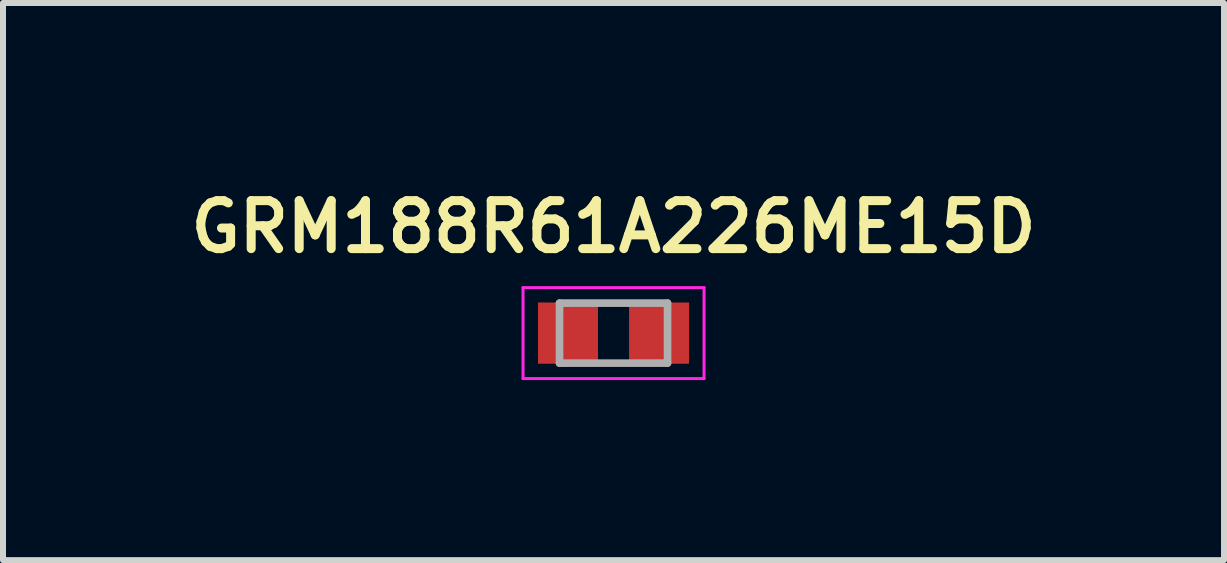
<source format=kicad_pcb>
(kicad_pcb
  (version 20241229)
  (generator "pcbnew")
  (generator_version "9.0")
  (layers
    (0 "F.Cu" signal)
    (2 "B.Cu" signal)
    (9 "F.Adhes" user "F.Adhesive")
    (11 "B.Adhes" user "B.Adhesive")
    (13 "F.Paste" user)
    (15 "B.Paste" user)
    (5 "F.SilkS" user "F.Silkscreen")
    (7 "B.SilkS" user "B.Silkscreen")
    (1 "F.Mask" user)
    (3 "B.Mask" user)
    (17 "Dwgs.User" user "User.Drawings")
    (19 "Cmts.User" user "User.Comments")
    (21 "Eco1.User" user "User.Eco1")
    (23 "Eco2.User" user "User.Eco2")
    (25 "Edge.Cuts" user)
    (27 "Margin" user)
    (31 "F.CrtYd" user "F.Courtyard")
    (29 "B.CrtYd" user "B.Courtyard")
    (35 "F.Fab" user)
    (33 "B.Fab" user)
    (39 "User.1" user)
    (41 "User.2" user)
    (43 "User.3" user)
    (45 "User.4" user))
  (footprint "GRM188R61A226ME15D"
    (layer "F.Cu")
    (at 7.174 2.501)
    (property "Reference" "GRM188R61A226ME15D" (at 0 -1.77 0) (layer "F.SilkS") (effects (font (size 0.8 0.8) (thickness 0.15))))
    (attr smd)
    (fp_line (start -1.508 -0.758) (end 1.508 -0.758) (stroke (width 0.05) (type solid)) (layer "F.CrtYd"))
    (fp_line (start -1.508 0.758) (end -1.508 -0.758) (stroke (width 0.05) (type solid)) (layer "F.CrtYd"))
    (fp_line (start -1.508 0.758) (end 1.508 0.758) (stroke (width 0.05) (type solid)) (layer "F.CrtYd"))
    (fp_line (start 1.508 0.758) (end 1.508 -0.758) (stroke (width 0.05) (type solid)) (layer "F.CrtYd"))
    (fp_line (start -0.9 0.5) (end -0.9 -0.5) (stroke (width 0.127) (type solid)) (layer "F.Fab"))
    (fp_line (start 0.9 -0.5) (end -0.9 -0.5) (stroke (width 0.127) (type solid)) (layer "F.Fab"))
    (fp_line (start 0.9 0.5) (end -0.9 0.5) (stroke (width 0.127) (type solid)) (layer "F.Fab"))
    (fp_line (start 0.9 0.5) (end 0.9 -0.5) (stroke (width 0.127) (type solid)) (layer "F.Fab"))
    (pad "1" smd rect (at -0.759 0) (size 1 1.02) (layers "F.Cu" "F.Mask" "F.Paste"))
    (pad "2" smd rect (at 0.759 0) (size 1 1.02) (layers "F.Cu" "F.Mask" "F.Paste")))
  (gr_rect
    (start -3 -3)
    (end 17.347 6.284)
    (stroke (width 0.1) (type default))
    (fill no)
    (layer "Edge.Cuts")))
</source>
